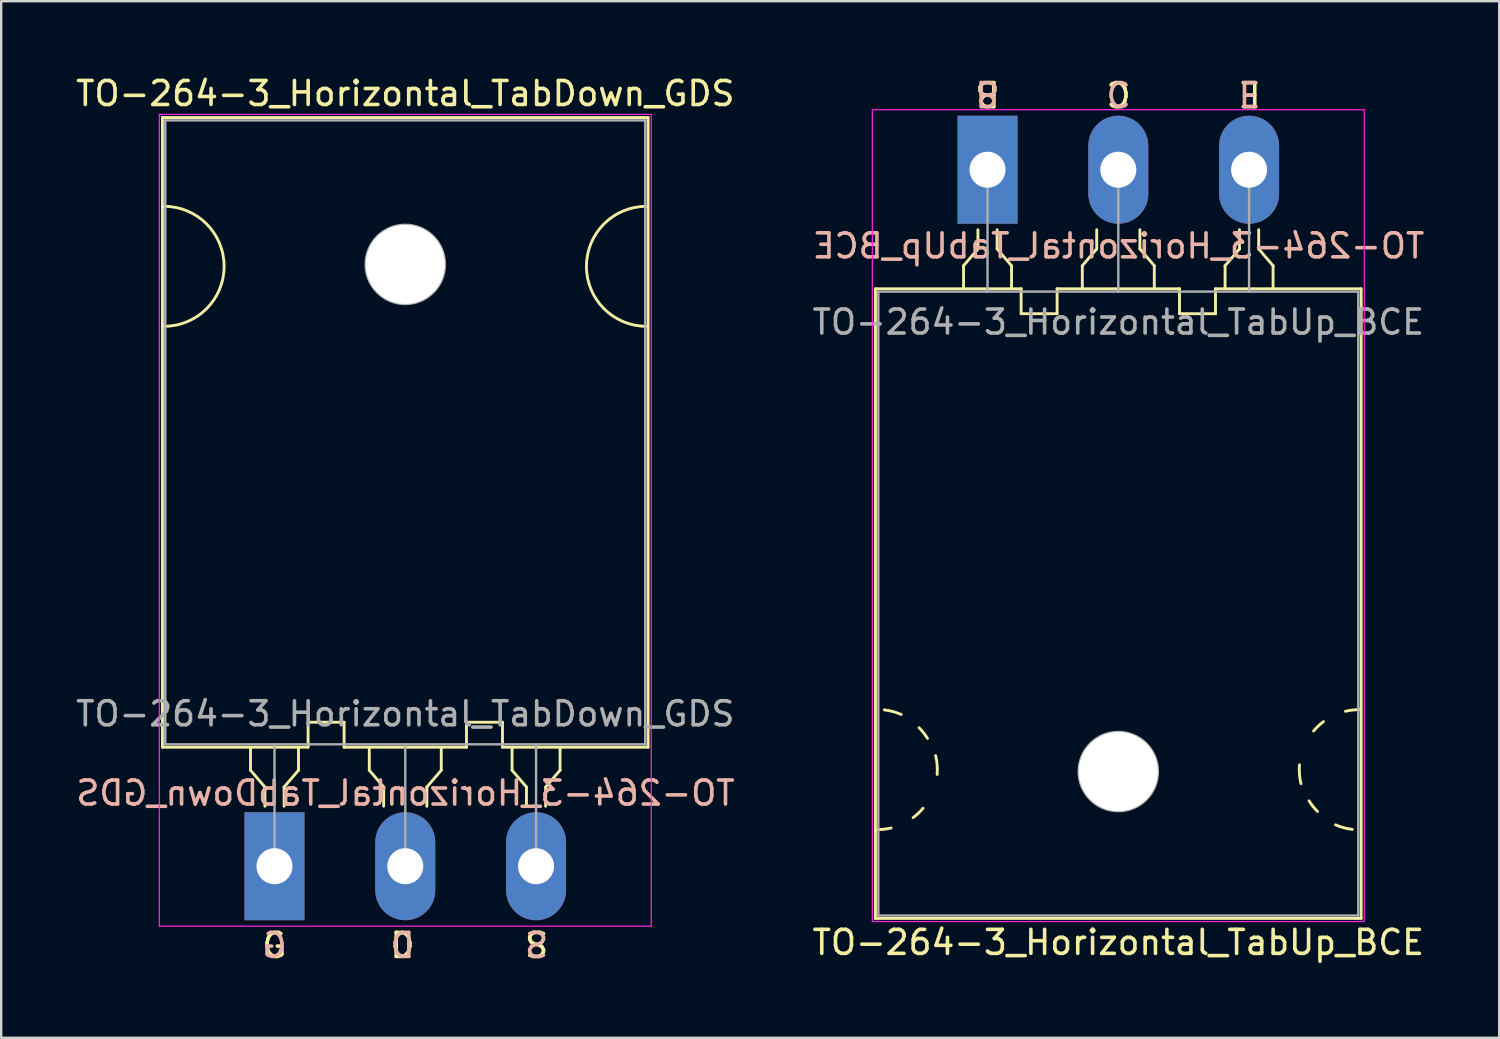
<source format=kicad_pcb>
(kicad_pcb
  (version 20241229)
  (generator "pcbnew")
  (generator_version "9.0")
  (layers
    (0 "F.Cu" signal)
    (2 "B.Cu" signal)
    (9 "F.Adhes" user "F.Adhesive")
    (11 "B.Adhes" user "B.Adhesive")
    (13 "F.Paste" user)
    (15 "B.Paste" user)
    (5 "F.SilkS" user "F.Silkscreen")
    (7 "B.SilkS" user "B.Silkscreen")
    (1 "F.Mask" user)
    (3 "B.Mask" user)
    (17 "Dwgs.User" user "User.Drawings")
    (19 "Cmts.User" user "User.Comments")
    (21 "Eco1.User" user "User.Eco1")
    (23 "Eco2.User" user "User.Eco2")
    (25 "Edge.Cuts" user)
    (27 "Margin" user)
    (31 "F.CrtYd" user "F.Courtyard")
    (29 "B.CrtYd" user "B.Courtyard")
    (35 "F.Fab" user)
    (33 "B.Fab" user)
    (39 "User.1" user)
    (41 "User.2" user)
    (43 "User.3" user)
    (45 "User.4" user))
  (footprint "TO-264-3_Horizontal_TabDown_GDS"
    (layer "F.Cu")
    (at 8.389 33.048)
    (property "Reference" "TO-264-3_Horizontal_TabDown_GDS" (at 5.45 -32.2 0) (layer "F.SilkS") (effects (font (size 1 1) (thickness 0.15))))
    (fp_line (start -4.67 -31.2) (end -4.67 -4.96) (stroke (width 0.12) (type solid)) (layer "F.SilkS"))
    (fp_line (start -4.67 -31.2) (end 15.57 -31.2) (stroke (width 0.12) (type solid)) (layer "F.SilkS"))
    (fp_line (start -4.67 -4.96) (end 1.4 -4.96) (stroke (width 0.12) (type solid)) (layer "F.SilkS"))
    (fp_line (start -1 -4.9) (end -1 -4) (stroke (width 0.12) (type solid)) (layer "F.SilkS"))
    (fp_line (start -1 -4) (end -0.4 -3.3) (stroke (width 0.12) (type solid)) (layer "F.SilkS"))
    (fp_line (start -0.4 -3.3) (end -0.4 -2.5) (stroke (width 0.12) (type solid)) (layer "F.SilkS"))
    (fp_line (start 0.4 -3.3) (end 1 -4) (stroke (width 0.12) (type solid)) (layer "F.SilkS"))
    (fp_line (start 0.4 -2.5) (end 0.4 -3.3) (stroke (width 0.12) (type solid)) (layer "F.SilkS"))
    (fp_line (start 1 -4) (end 1 -4.9) (stroke (width 0.12) (type solid)) (layer "F.SilkS"))
    (fp_line (start 1.4 -6) (end 2.9 -6) (stroke (width 0.12) (type solid)) (layer "F.SilkS"))
    (fp_line (start 1.4 -4.96) (end 1.4 -6) (stroke (width 0.12) (type solid)) (layer "F.SilkS"))
    (fp_line (start 2.9 -6) (end 2.9 -4.96) (stroke (width 0.12) (type solid)) (layer "F.SilkS"))
    (fp_line (start 2.9 -4.96) (end 8 -4.96) (stroke (width 0.12) (type solid)) (layer "F.SilkS"))
    (fp_line (start 3.95 -4.9) (end 3.95 -4) (stroke (width 0.12) (type solid)) (layer "F.SilkS"))
    (fp_line (start 3.95 -4) (end 4.55 -3.3) (stroke (width 0.12) (type solid)) (layer "F.SilkS"))
    (fp_line (start 4.55 -3.3) (end 4.55 -2.5) (stroke (width 0.12) (type solid)) (layer "F.SilkS"))
    (fp_line (start 6.35 -3.3) (end 6.95 -4) (stroke (width 0.12) (type solid)) (layer "F.SilkS"))
    (fp_line (start 6.35 -2.5) (end 6.35 -3.3) (stroke (width 0.12) (type solid)) (layer "F.SilkS"))
    (fp_line (start 6.95 -4) (end 6.95 -4.9) (stroke (width 0.12) (type solid)) (layer "F.SilkS"))
    (fp_line (start 8 -6) (end 8 -4.96) (stroke (width 0.12) (type solid)) (layer "F.SilkS"))
    (fp_line (start 9.5 -6) (end 8 -6) (stroke (width 0.12) (type solid)) (layer "F.SilkS"))
    (fp_line (start 9.5 -4.96) (end 9.5 -6) (stroke (width 0.12) (type solid)) (layer "F.SilkS"))
    (fp_line (start 9.5 -4.96) (end 15.57 -4.96) (stroke (width 0.12) (type solid)) (layer "F.SilkS"))
    (fp_line (start 9.9 -4.9) (end 9.9 -4) (stroke (width 0.12) (type solid)) (layer "F.SilkS"))
    (fp_line (start 9.9 -4) (end 10.5 -3.3) (stroke (width 0.12) (type solid)) (layer "F.SilkS"))
    (fp_line (start 10.5 -3.3) (end 10.5 -2.5) (stroke (width 0.12) (type solid)) (layer "F.SilkS"))
    (fp_line (start 11.3 -3.3) (end 11.9 -4) (stroke (width 0.12) (type solid)) (layer "F.SilkS"))
    (fp_line (start 11.3 -2.5) (end 11.3 -3.3) (stroke (width 0.12) (type solid)) (layer "F.SilkS"))
    (fp_line (start 11.9 -4) (end 11.9 -4.9) (stroke (width 0.12) (type solid)) (layer "F.SilkS"))
    (fp_line (start 15.57 -31.2) (end 15.57 -4.96) (stroke (width 0.12) (type solid)) (layer "F.SilkS"))
    (fp_arc (start -4.6 -27.5) (mid -2.1 -25) (end -4.6 -22.5) (stroke (width 0.12) (type solid)) (layer "F.SilkS"))
    (fp_arc (start 15.5 -22.5) (mid 13 -25) (end 15.5 -27.5) (stroke (width 0.12) (type solid)) (layer "F.SilkS"))
    (fp_line (start -4.8 -31.33) (end -4.8 2.5) (stroke (width 0.05) (type solid)) (layer "F.CrtYd"))
    (fp_line (start -4.8 2.5) (end 15.7 2.5) (stroke (width 0.05) (type solid)) (layer "F.CrtYd"))
    (fp_line (start 15.7 -31.33) (end -4.8 -31.33) (stroke (width 0.05) (type solid)) (layer "F.CrtYd"))
    (fp_line (start 15.7 2.5) (end 15.7 -31.33) (stroke (width 0.05) (type solid)) (layer "F.CrtYd"))
    (fp_line (start -4.55 -31.08) (end 15.45 -31.08) (stroke (width 0.1) (type solid)) (layer "F.Fab"))
    (fp_line (start -4.55 -5.08) (end -4.55 -31.08) (stroke (width 0.1) (type solid)) (layer "F.Fab"))
    (fp_line (start 0 -5.08) (end 0 0) (stroke (width 0.1) (type solid)) (layer "F.Fab"))
    (fp_line (start 5.45 -5.08) (end 5.45 0) (stroke (width 0.1) (type solid)) (layer "F.Fab"))
    (fp_line (start 10.9 -5.08) (end 10.9 0) (stroke (width 0.1) (type solid)) (layer "F.Fab"))
    (fp_line (start 15.45 -31.08) (end 15.45 -5.08) (stroke (width 0.1) (type solid)) (layer "F.Fab"))
    (fp_line (start 15.45 -5.08) (end -4.55 -5.08) (stroke (width 0.1) (type solid)) (layer "F.Fab"))
    (fp_circle (center 5.45 -25.08) (end 7.1 -25.08) (stroke (width 0.1) (type solid)) (fill no) (layer "F.Fab"))
    (fp_text user "D" (at 5.334 3.302 0) (unlocked yes) (layer "F.SilkS") (effects (font (size 1 1) (thickness 0.15))))
    (fp_text user "G" (at 0 3.302 0) (unlocked yes) (layer "F.SilkS") (effects (font (size 1 1) (thickness 0.15))))
    (fp_text user "S" (at 10.922 3.302 0) (unlocked yes) (layer "F.SilkS") (effects (font (size 1 1) (thickness 0.15))))
    (fp_text user "D" (at 5.334 3.302 0) (unlocked yes) (layer "B.SilkS") (effects (font (size 1 1) (thickness 0.15)) (justify mirror)))
    (fp_text user "S" (at 10.922 3.302 0) (unlocked yes) (layer "B.SilkS") (effects (font (size 1 1) (thickness 0.15)) (justify mirror)))
    (fp_text user "G" (at 0 3.302 0) (unlocked yes) (layer "B.SilkS") (effects (font (size 1 1) (thickness 0.15)) (justify mirror)))
    (fp_text user "${REFERENCE}" (at 5.461 -3.048 0) (layer "B.SilkS") (effects (font (size 1 1) (thickness 0.15)) (justify mirror)))
    (fp_text user "${REFERENCE}" (at 5.45 -6.35 0) (layer "F.Fab") (effects (font (size 1 1) (thickness 0.15))))
    (pad "" np_thru_hole oval (at 5.45 -25.08) (size 3.3 3.3) (drill 3.3) (layers "*.Cu" "*.Mask"))
    (pad "1" thru_hole rect (at 0 0) (size 2.5 4.5) (drill 1.5) (layers "*.Cu" "*.Mask"))
    (pad "2" thru_hole oval (at 5.45 0) (size 2.5 4.5) (drill 1.5) (layers "*.Cu" "*.Mask"))
    (pad "3" thru_hole oval (at 10.9 0) (size 2.5 4.5) (drill 1.5) (layers "*.Cu" "*.Mask")))
  (footprint "TO-264-3_Horizontal_TabUp_BCE"
    (layer "F.Cu")
    (at 38.103 4.023)
    (property "Reference" "TO-264-3_Horizontal_TabUp_BCE" (at 5.45 32.2 0) (layer "F.SilkS") (effects (font (size 1 1) (thickness 0.15))))
    (fp_line (start -4.67 31.2) (end -4.67 4.96) (stroke (width 0.12) (type solid)) (layer "F.SilkS"))
    (fp_line (start -1 4) (end -1 4.9) (stroke (width 0.12) (type solid)) (layer "F.SilkS"))
    (fp_line (start -0.4 2.5) (end -0.4 3.3) (stroke (width 0.12) (type solid)) (layer "F.SilkS"))
    (fp_line (start -0.4 3.3) (end -1 4) (stroke (width 0.12) (type solid)) (layer "F.SilkS"))
    (fp_line (start 0.4 3.3) (end 0.4 2.5) (stroke (width 0.12) (type solid)) (layer "F.SilkS"))
    (fp_line (start 1 4) (end 0.4 3.3) (stroke (width 0.12) (type solid)) (layer "F.SilkS"))
    (fp_line (start 1 4.9) (end 1 4) (stroke (width 0.12) (type solid)) (layer "F.SilkS"))
    (fp_line (start 1.4 4.96) (end -4.67 4.96) (stroke (width 0.12) (type solid)) (layer "F.SilkS"))
    (fp_line (start 1.4 4.96) (end 1.4 6) (stroke (width 0.12) (type solid)) (layer "F.SilkS"))
    (fp_line (start 1.4 6) (end 2.9 6) (stroke (width 0.12) (type solid)) (layer "F.SilkS"))
    (fp_line (start 2.9 6) (end 2.9 4.96) (stroke (width 0.12) (type solid)) (layer "F.SilkS"))
    (fp_line (start 3.95 4) (end 3.95 4.9) (stroke (width 0.12) (type solid)) (layer "F.SilkS"))
    (fp_line (start 4.55 2.5) (end 4.55 3.3) (stroke (width 0.12) (type solid)) (layer "F.SilkS"))
    (fp_line (start 4.55 3.3) (end 3.95 4) (stroke (width 0.12) (type solid)) (layer "F.SilkS"))
    (fp_line (start 6.35 3.3) (end 6.35 2.5) (stroke (width 0.12) (type solid)) (layer "F.SilkS"))
    (fp_line (start 6.95 4) (end 6.35 3.3) (stroke (width 0.12) (type solid)) (layer "F.SilkS"))
    (fp_line (start 6.95 4.9) (end 6.95 4) (stroke (width 0.12) (type solid)) (layer "F.SilkS"))
    (fp_line (start 8 4.96) (end 2.9 4.96) (stroke (width 0.12) (type solid)) (layer "F.SilkS"))
    (fp_line (start 8 6) (end 8 4.96) (stroke (width 0.12) (type solid)) (layer "F.SilkS"))
    (fp_line (start 9.5 4.96) (end 9.5 6) (stroke (width 0.12) (type solid)) (layer "F.SilkS"))
    (fp_line (start 9.5 6) (end 8 6) (stroke (width 0.12) (type solid)) (layer "F.SilkS"))
    (fp_line (start 9.9 4) (end 9.9 4.9) (stroke (width 0.12) (type solid)) (layer "F.SilkS"))
    (fp_line (start 10.5 2.5) (end 10.5 3.3) (stroke (width 0.12) (type solid)) (layer "F.SilkS"))
    (fp_line (start 10.5 3.3) (end 9.9 4) (stroke (width 0.12) (type solid)) (layer "F.SilkS"))
    (fp_line (start 11.3 3.3) (end 11.3 2.5) (stroke (width 0.12) (type solid)) (layer "F.SilkS"))
    (fp_line (start 11.9 4) (end 11.3 3.3) (stroke (width 0.12) (type solid)) (layer "F.SilkS"))
    (fp_line (start 11.9 4.9) (end 11.9 4) (stroke (width 0.12) (type solid)) (layer "F.SilkS"))
    (fp_line (start 15.57 4.96) (end 9.5 4.96) (stroke (width 0.12) (type solid)) (layer "F.SilkS"))
    (fp_line (start 15.57 31.2) (end -4.67 31.2) (stroke (width 0.12) (type solid)) (layer "F.SilkS"))
    (fp_line (start 15.57 31.2) (end 15.57 4.96) (stroke (width 0.12) (type solid)) (layer "F.SilkS"))
    (fp_arc (start -4.301186 22.509879) (mid -3.943673 22.579416) (end -3.600001 22.700001) (stroke (width 0.12) (type solid)) (layer "F.SilkS"))
    (fp_arc (start -4.016568 27.430968) (mid -4.306249 27.482682) (end -4.6 27.5) (stroke (width 0.12) (type solid)) (layer "F.SilkS"))
    (fp_arc (start -2.853576 23.253576) (mid -2.663879 23.466564) (end -2.500001 23.700001) (stroke (width 0.12) (type solid)) (layer "F.SilkS"))
    (fp_arc (start -2.687722 26.610338) (mid -2.882773 26.8169) (end -3.1 26.999999) (stroke (width 0.12) (type solid)) (layer "F.SilkS"))
    (fp_arc (start -2.161266 24.414703) (mid -2.099611 24.804931) (end -2.100001 25.199999) (stroke (width 0.12) (type solid)) (layer "F.SilkS"))
    (fp_arc (start 13.061266 25.585297) (mid 12.999611 25.195069) (end 13.000001 24.800001) (stroke (width 0.12) (type solid)) (layer "F.SilkS"))
    (fp_arc (start 13.587722 23.389662) (mid 13.782773 23.1831) (end 14 23.000001) (stroke (width 0.12) (type solid)) (layer "F.SilkS"))
    (fp_arc (start 13.753576 26.746424) (mid 13.563879 26.533436) (end 13.400001 26.299999) (stroke (width 0.12) (type solid)) (layer "F.SilkS"))
    (fp_arc (start 14.916568 22.569032) (mid 15.206249 22.517318) (end 15.5 22.5) (stroke (width 0.12) (type solid)) (layer "F.SilkS"))
    (fp_arc (start 15.201186 27.490121) (mid 14.843673 27.420584) (end 14.500001 27.299999) (stroke (width 0.12) (type solid)) (layer "F.SilkS"))
    (fp_line (start -4.8 -2.5) (end -4.8 31.33) (stroke (width 0.05) (type solid)) (layer "F.CrtYd"))
    (fp_line (start -4.8 31.33) (end 15.7 31.33) (stroke (width 0.05) (type solid)) (layer "F.CrtYd"))
    (fp_line (start 15.7 -2.5) (end -4.8 -2.5) (stroke (width 0.05) (type solid)) (layer "F.CrtYd"))
    (fp_line (start 15.7 31.33) (end 15.7 -2.5) (stroke (width 0.05) (type solid)) (layer "F.CrtYd"))
    (fp_line (start -4.55 5.08) (end -4.55 31.08) (stroke (width 0.1) (type solid)) (layer "F.Fab"))
    (fp_line (start -4.55 31.08) (end 15.45 31.08) (stroke (width 0.1) (type solid)) (layer "F.Fab"))
    (fp_line (start 0 5.08) (end 0 0) (stroke (width 0.1) (type solid)) (layer "F.Fab"))
    (fp_line (start 5.45 5.08) (end 5.45 0) (stroke (width 0.1) (type solid)) (layer "F.Fab"))
    (fp_line (start 10.9 5.08) (end 10.9 0) (stroke (width 0.1) (type solid)) (layer "F.Fab"))
    (fp_line (start 15.45 5.08) (end -4.55 5.08) (stroke (width 0.1) (type solid)) (layer "F.Fab"))
    (fp_line (start 15.45 31.08) (end 15.45 5.08) (stroke (width 0.1) (type solid)) (layer "F.Fab"))
    (fp_circle (center 5.45 25.08) (end 7.1 25.08) (stroke (width 0.1) (type solid)) (fill no) (layer "F.Fab"))
    (fp_text user "E" (at 10.922 -3.175 180) (unlocked yes) (layer "F.SilkS") (effects (font (size 1 1) (thickness 0.15))))
    (fp_text user "B" (at 0 -3.175 180) (unlocked yes) (layer "F.SilkS") (effects (font (size 1 1) (thickness 0.15))))
    (fp_text user "C" (at 5.461 -3.175 180) (unlocked yes) (layer "F.SilkS") (effects (font (size 1 1) (thickness 0.15))))
    (fp_text user "E" (at 10.922 -3.175 180) (unlocked yes) (layer "B.SilkS") (effects (font (size 1 1) (thickness 0.15)) (justify mirror)))
    (fp_text user "${REFERENCE}" (at 5.461 3.175 0) (layer "B.SilkS") (effects (font (size 1 1) (thickness 0.15)) (justify mirror)))
    (fp_text user "C" (at 5.461 -3.175 180) (unlocked yes) (layer "B.SilkS") (effects (font (size 1 1) (thickness 0.15)) (justify mirror)))
    (fp_text user "B" (at 0 -3.175 180) (unlocked yes) (layer "B.SilkS") (effects (font (size 1 1) (thickness 0.15)) (justify mirror)))
    (fp_text user "${REFERENCE}" (at 5.45 6.35 0) (layer "F.Fab") (effects (font (size 1 1) (thickness 0.15))))
    (pad "" np_thru_hole oval (at 5.45 25.08) (size 3.3 3.3) (drill 3.3) (layers "*.Cu" "*.Mask"))
    (pad "1" thru_hole rect (at 0 0) (size 2.5 4.5) (drill 1.5) (layers "*.Cu" "*.Mask"))
    (pad "2" thru_hole oval (at 5.45 0) (size 2.5 4.5) (drill 1.5) (layers "*.Cu" "*.Mask"))
    (pad "3" thru_hole oval (at 10.9 0) (size 2.5 4.5) (drill 1.5) (layers "*.Cu" "*.Mask")))
  (gr_rect
    (start -3 -3)
    (end 59.427 40.199)
    (stroke (width 0.1) (type default))
    (fill no)
    (layer "Edge.Cuts")))
</source>
